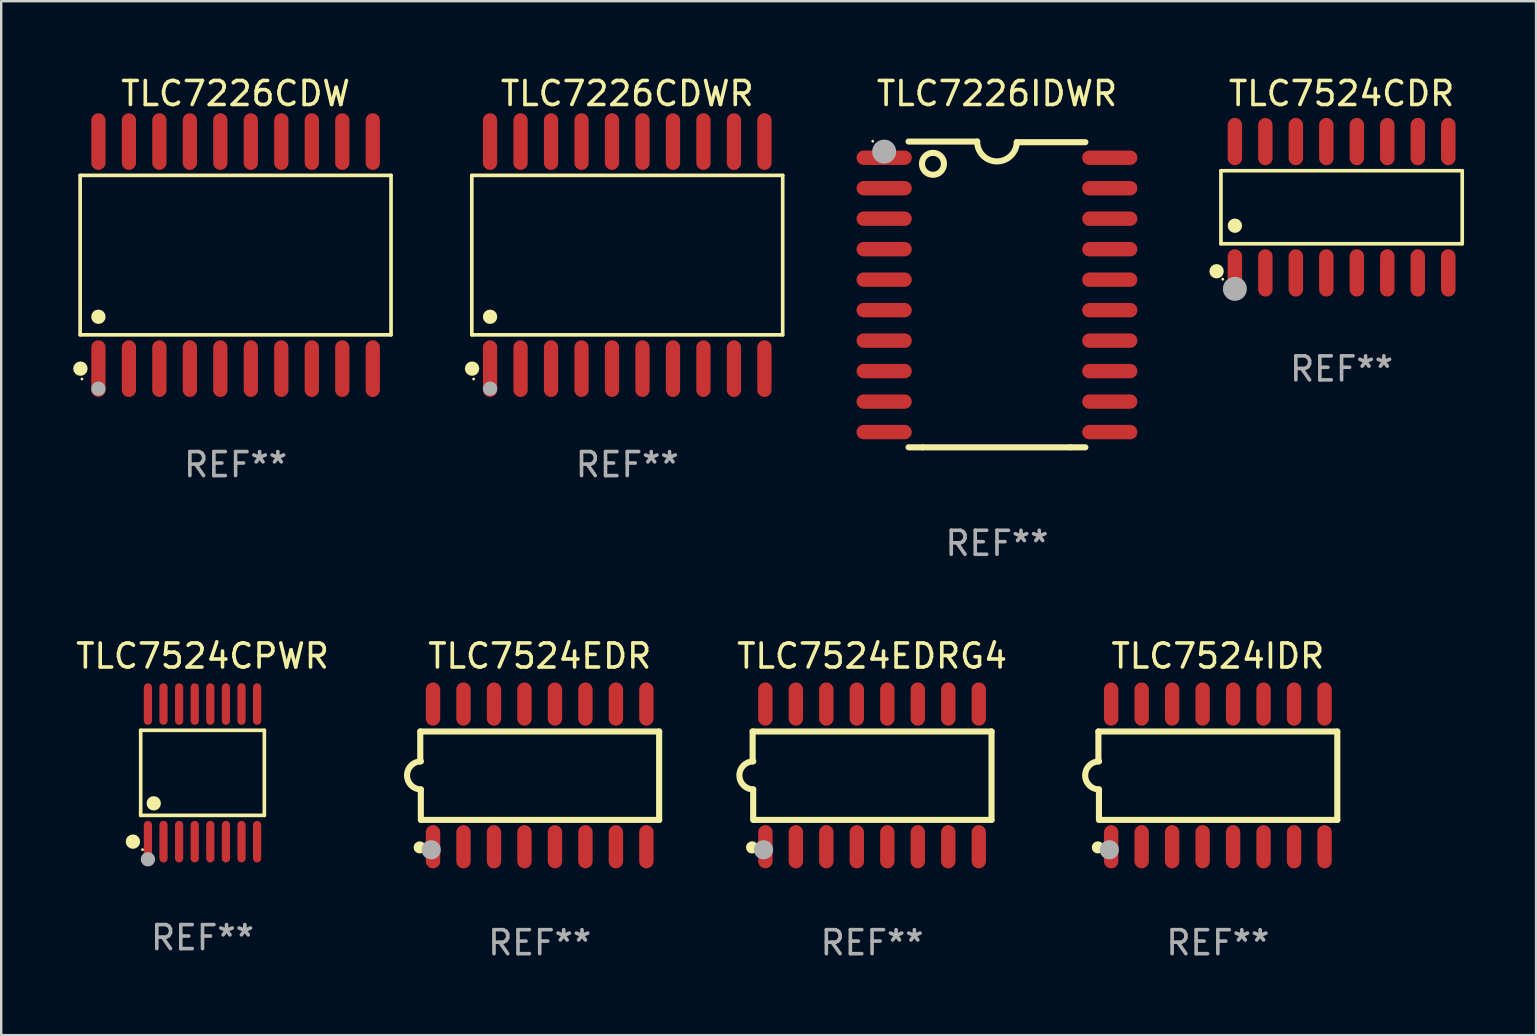
<source format=kicad_pcb>
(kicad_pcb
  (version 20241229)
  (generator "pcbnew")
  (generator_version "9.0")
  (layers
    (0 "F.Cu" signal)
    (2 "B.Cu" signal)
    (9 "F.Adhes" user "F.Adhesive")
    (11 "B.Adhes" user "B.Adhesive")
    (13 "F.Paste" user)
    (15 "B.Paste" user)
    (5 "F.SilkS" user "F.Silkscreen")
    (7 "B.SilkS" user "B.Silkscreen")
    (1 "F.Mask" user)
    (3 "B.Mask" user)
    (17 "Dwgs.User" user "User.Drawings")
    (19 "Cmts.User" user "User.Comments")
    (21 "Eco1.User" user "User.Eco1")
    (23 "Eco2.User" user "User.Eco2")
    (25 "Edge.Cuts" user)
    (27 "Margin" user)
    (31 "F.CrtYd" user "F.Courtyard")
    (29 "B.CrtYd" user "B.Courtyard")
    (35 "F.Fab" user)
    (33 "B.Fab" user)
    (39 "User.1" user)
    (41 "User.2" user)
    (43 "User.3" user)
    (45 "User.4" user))
  (footprint "TLC7226IDWR"
    (layer "F.Cu")
    (at 38.485 9.217)
    (property "Reference" "TLC7226IDWR" (at 0 -8.369 0) (layer "F.SilkS") (effects (font (size 1 1) (thickness 0.15))))
    (attr through_hole)
    (fp_line (start -3.096 6.369) (end -3.683 6.369) (stroke (width 0.254) (type solid)) (layer "F.SilkS"))
    (fp_line (start -0.825 -6.369) (end -3.683 -6.369) (stroke (width 0.254) (type solid)) (layer "F.SilkS"))
    (fp_line (start 0.826 -6.343) (end 3.683 -6.343) (stroke (width 0.254) (type solid)) (layer "F.SilkS"))
    (fp_line (start 3.048 6.369) (end -3.096 6.369) (stroke (width 0.254) (type solid)) (layer "F.SilkS"))
    (fp_line (start 3.048 6.369) (end 3.683 6.369) (stroke (width 0.254) (type solid)) (layer "F.SilkS"))
    (fp_arc (start 0.825527 -6.343129) (mid -0.012478 -5.543126) (end -0.825476 -6.36853) (stroke (width 0.254001) (type solid)) (layer "F.SilkS"))
    (fp_circle (center -5.175 -6.382) (end -5.145 -6.382) (stroke (width 0.06) (type solid)) (fill no) (layer "F.SilkS"))
    (fp_circle (center -2.667 -5.442) (end -2.209 -5.442) (stroke (width 0.254) (type solid)) (fill no) (layer "F.SilkS"))
    (fp_circle (center -4.699 -5.95) (end -4.449 -5.95) (stroke (width 0.5) (type solid)) (fill no) (layer "F.Fab"))
    (fp_text user "REF**" (at 0 10.369 0) (layer "F.Fab") (effects (font (size 1 1) (thickness 0.15))))
    (pad "1" smd oval (at -4.7 -5.696 90) (size 0.6 2.3) (layers "F.Cu" "F.Mask" "F.Paste"))
    (pad "2" smd oval (at -4.7 -4.426 90) (size 0.6 2.3) (layers "F.Cu" "F.Mask" "F.Paste"))
    (pad "3" smd oval (at -4.7 -3.156 90) (size 0.6 2.3) (layers "F.Cu" "F.Mask" "F.Paste"))
    (pad "4" smd oval (at -4.7 -1.886 90) (size 0.6 2.3) (layers "F.Cu" "F.Mask" "F.Paste"))
    (pad "5" smd oval (at -4.7 -0.616 90) (size 0.6 2.3) (layers "F.Cu" "F.Mask" "F.Paste"))
    (pad "6" smd oval (at -4.7 0.654 90) (size 0.6 2.3) (layers "F.Cu" "F.Mask" "F.Paste"))
    (pad "7" smd oval (at -4.7 1.924 90) (size 0.6 2.3) (layers "F.Cu" "F.Mask" "F.Paste"))
    (pad "8" smd oval (at -4.7 3.194 90) (size 0.6 2.3) (layers "F.Cu" "F.Mask" "F.Paste"))
    (pad "9" smd oval (at -4.7 4.464 90) (size 0.6 2.3) (layers "F.Cu" "F.Mask" "F.Paste"))
    (pad "10" smd oval (at -4.7 5.734 90) (size 0.6 2.3) (layers "F.Cu" "F.Mask" "F.Paste"))
    (pad "11" smd oval (at 4.7 5.734 90) (size 0.6 2.3) (layers "F.Cu" "F.Mask" "F.Paste"))
    (pad "12" smd oval (at 4.7 4.464 90) (size 0.6 2.3) (layers "F.Cu" "F.Mask" "F.Paste"))
    (pad "13" smd oval (at 4.7 3.194 90) (size 0.6 2.3) (layers "F.Cu" "F.Mask" "F.Paste"))
    (pad "14" smd oval (at 4.7 1.924 90) (size 0.6 2.3) (layers "F.Cu" "F.Mask" "F.Paste"))
    (pad "15" smd oval (at 4.7 0.654 90) (size 0.6 2.3) (layers "F.Cu" "F.Mask" "F.Paste"))
    (pad "16" smd oval (at 4.7 -0.616 90) (size 0.6 2.3) (layers "F.Cu" "F.Mask" "F.Paste"))
    (pad "17" smd oval (at 4.7 -1.886 90) (size 0.6 2.3) (layers "F.Cu" "F.Mask" "F.Paste"))
    (pad "18" smd oval (at 4.7 -3.156 90) (size 0.6 2.3) (layers "F.Cu" "F.Mask" "F.Paste"))
    (pad "19" smd oval (at 4.7 -4.426 90) (size 0.6 2.3) (layers "F.Cu" "F.Mask" "F.Paste"))
    (pad "20" smd oval (at 4.7 -5.696 90) (size 0.6 2.3) (layers "F.Cu" "F.Mask" "F.Paste")))
  (footprint "TLC7524EDRG4"
    (layer "F.Cu")
    (at 33.282 29.254)
    (property "Reference" "TLC7524EDRG4" (at 0 -4.972 0) (layer "F.SilkS") (effects (font (size 1 1) (thickness 0.15))))
    (attr through_hole)
    (fp_line (start -4.976 -1.829) (end -4.976 -0.584) (stroke (width 0.254) (type solid)) (layer "F.SilkS"))
    (fp_line (start -4.953 0.584) (end -4.953 1.854) (stroke (width 0.254) (type solid)) (layer "F.SilkS"))
    (fp_line (start -4.928 1.854) (end 4.976 1.854) (stroke (width 0.254) (type solid)) (layer "F.SilkS"))
    (fp_line (start 4.976 -1.829) (end -4.976 -1.829) (stroke (width 0.254) (type solid)) (layer "F.SilkS"))
    (fp_line (start 4.976 1.854) (end 4.976 -1.829) (stroke (width 0.254) (type solid)) (layer "F.SilkS"))
    (fp_arc (start -4.95301 0.584201) (mid -5.533866 -0.00152) (end -4.950088 -0.584329) (stroke (width 0.254001) (type solid)) (layer "F.SilkS"))
    (fp_circle (center -5 3) (end -4.873 3) (stroke (width 0.254) (type solid)) (fill no) (layer "F.SilkS"))
    (fp_circle (center -4.521 3.099) (end -4.321 3.099) (stroke (width 0.4) (type solid)) (fill no) (layer "F.Fab"))
    (fp_text user "REF**" (at 0 6.972 0) (layer "F.Fab") (effects (font (size 1 1) (thickness 0.15))))
    (pad "1" smd oval (at -4.445 2.972 180) (size 0.6 1.8) (layers "F.Cu" "F.Mask" "F.Paste"))
    (pad "2" smd oval (at -3.175 2.972 180) (size 0.6 1.8) (layers "F.Cu" "F.Mask" "F.Paste"))
    (pad "3" smd oval (at -1.905 2.972 180) (size 0.6 1.8) (layers "F.Cu" "F.Mask" "F.Paste"))
    (pad "4" smd oval (at -0.635 2.972 180) (size 0.6 1.8) (layers "F.Cu" "F.Mask" "F.Paste"))
    (pad "5" smd oval (at 0.635 2.972 180) (size 0.6 1.8) (layers "F.Cu" "F.Mask" "F.Paste"))
    (pad "6" smd oval (at 1.905 2.972 180) (size 0.6 1.8) (layers "F.Cu" "F.Mask" "F.Paste"))
    (pad "7" smd oval (at 3.175 2.972 180) (size 0.6 1.8) (layers "F.Cu" "F.Mask" "F.Paste"))
    (pad "8" smd oval (at 4.445 2.972 180) (size 0.6 1.8) (layers "F.Cu" "F.Mask" "F.Paste"))
    (pad "9" smd oval (at 4.445 -2.972 180) (size 0.6 1.8) (layers "F.Cu" "F.Mask" "F.Paste"))
    (pad "10" smd oval (at 3.175 -2.972 180) (size 0.6 1.8) (layers "F.Cu" "F.Mask" "F.Paste"))
    (pad "11" smd oval (at 1.905 -2.972 180) (size 0.6 1.8) (layers "F.Cu" "F.Mask" "F.Paste"))
    (pad "12" smd oval (at 0.635 -2.972 180) (size 0.6 1.8) (layers "F.Cu" "F.Mask" "F.Paste"))
    (pad "13" smd oval (at -0.635 -2.972 180) (size 0.6 1.8) (layers "F.Cu" "F.Mask" "F.Paste"))
    (pad "14" smd oval (at -1.905 -2.972 180) (size 0.6 1.8) (layers "F.Cu" "F.Mask" "F.Paste"))
    (pad "15" smd oval (at -3.175 -2.972 180) (size 0.6 1.8) (layers "F.Cu" "F.Mask" "F.Paste"))
    (pad "16" smd oval (at -4.445 -2.972 180) (size 0.6 1.8) (layers "F.Cu" "F.Mask" "F.Paste")))
  (footprint "TLC7524IDR"
    (layer "F.Cu")
    (at 47.687 29.254)
    (property "Reference" "TLC7524IDR" (at 0 -4.972 0) (layer "F.SilkS") (effects (font (size 1 1) (thickness 0.15))))
    (attr through_hole)
    (fp_line (start -4.976 -1.829) (end -4.976 -0.584) (stroke (width 0.254) (type solid)) (layer "F.SilkS"))
    (fp_line (start -4.953 0.584) (end -4.953 1.854) (stroke (width 0.254) (type solid)) (layer "F.SilkS"))
    (fp_line (start -4.928 1.854) (end 4.976 1.854) (stroke (width 0.254) (type solid)) (layer "F.SilkS"))
    (fp_line (start 4.976 -1.829) (end -4.976 -1.829) (stroke (width 0.254) (type solid)) (layer "F.SilkS"))
    (fp_line (start 4.976 1.854) (end 4.976 -1.829) (stroke (width 0.254) (type solid)) (layer "F.SilkS"))
    (fp_arc (start -4.95301 0.584201) (mid -5.533866 -0.00152) (end -4.950088 -0.584329) (stroke (width 0.254001) (type solid)) (layer "F.SilkS"))
    (fp_circle (center -5 3) (end -4.873 3) (stroke (width 0.254) (type solid)) (fill no) (layer "F.SilkS"))
    (fp_circle (center -4.521 3.099) (end -4.321 3.099) (stroke (width 0.4) (type solid)) (fill no) (layer "F.Fab"))
    (fp_text user "REF**" (at 0 6.972 0) (layer "F.Fab") (effects (font (size 1 1) (thickness 0.15))))
    (pad "1" smd oval (at -4.445 2.972 180) (size 0.6 1.8) (layers "F.Cu" "F.Mask" "F.Paste"))
    (pad "2" smd oval (at -3.175 2.972 180) (size 0.6 1.8) (layers "F.Cu" "F.Mask" "F.Paste"))
    (pad "3" smd oval (at -1.905 2.972 180) (size 0.6 1.8) (layers "F.Cu" "F.Mask" "F.Paste"))
    (pad "4" smd oval (at -0.635 2.972 180) (size 0.6 1.8) (layers "F.Cu" "F.Mask" "F.Paste"))
    (pad "5" smd oval (at 0.635 2.972 180) (size 0.6 1.8) (layers "F.Cu" "F.Mask" "F.Paste"))
    (pad "6" smd oval (at 1.905 2.972 180) (size 0.6 1.8) (layers "F.Cu" "F.Mask" "F.Paste"))
    (pad "7" smd oval (at 3.175 2.972 180) (size 0.6 1.8) (layers "F.Cu" "F.Mask" "F.Paste"))
    (pad "8" smd oval (at 4.445 2.972 180) (size 0.6 1.8) (layers "F.Cu" "F.Mask" "F.Paste"))
    (pad "9" smd oval (at 4.445 -2.972 180) (size 0.6 1.8) (layers "F.Cu" "F.Mask" "F.Paste"))
    (pad "10" smd oval (at 3.175 -2.972 180) (size 0.6 1.8) (layers "F.Cu" "F.Mask" "F.Paste"))
    (pad "11" smd oval (at 1.905 -2.972 180) (size 0.6 1.8) (layers "F.Cu" "F.Mask" "F.Paste"))
    (pad "12" smd oval (at 0.635 -2.972 180) (size 0.6 1.8) (layers "F.Cu" "F.Mask" "F.Paste"))
    (pad "13" smd oval (at -0.635 -2.972 180) (size 0.6 1.8) (layers "F.Cu" "F.Mask" "F.Paste"))
    (pad "14" smd oval (at -1.905 -2.972 180) (size 0.6 1.8) (layers "F.Cu" "F.Mask" "F.Paste"))
    (pad "15" smd oval (at -3.175 -2.972 180) (size 0.6 1.8) (layers "F.Cu" "F.Mask" "F.Paste"))
    (pad "16" smd oval (at -4.445 -2.972 180) (size 0.6 1.8) (layers "F.Cu" "F.Mask" "F.Paste")))
  (footprint "TLC7226CDWR"
    (layer "F.Cu")
    (at 23.082 7.578)
    (property "Reference" "TLC7226CDWR" (at 0 -6.73 0) (layer "F.SilkS") (effects (font (size 1 1) (thickness 0.15))))
    (attr through_hole)
    (fp_line (start -6.476 -3.321) (end 6.476 -3.321) (stroke (width 0.152) (type solid)) (layer "F.SilkS"))
    (fp_line (start -6.476 3.321) (end -6.476 -3.321) (stroke (width 0.152) (type solid)) (layer "F.SilkS"))
    (fp_line (start 6.476 -3.321) (end 6.476 3.321) (stroke (width 0.152) (type solid)) (layer "F.SilkS"))
    (fp_line (start 6.476 3.321) (end -6.476 3.321) (stroke (width 0.152) (type solid)) (layer "F.SilkS"))
    (fp_circle (center -6.465 4.73) (end -6.315 4.73) (stroke (width 0.3) (type solid)) (fill no) (layer "F.SilkS"))
    (fp_circle (center -6.4 5.163) (end -6.37 5.163) (stroke (width 0.06) (type solid)) (fill no) (layer "F.SilkS"))
    (fp_circle (center -5.715 2.569) (end -5.565 2.569) (stroke (width 0.3) (type solid)) (fill no) (layer "F.SilkS"))
    (fp_circle (center -5.715 5.563) (end -5.565 5.563) (stroke (width 0.3) (type solid)) (fill no) (layer "F.Fab"))
    (fp_text user "REF**" (at 0 8.73 0) (layer "F.Fab") (effects (font (size 1 1) (thickness 0.15))))
    (pad "1" smd oval (at -5.715 4.73) (size 0.595 2.36) (layers "F.Cu" "F.Mask" "F.Paste"))
    (pad "2" smd oval (at -4.445 4.73) (size 0.595 2.36) (layers "F.Cu" "F.Mask" "F.Paste"))
    (pad "3" smd oval (at -3.175 4.73) (size 0.595 2.36) (layers "F.Cu" "F.Mask" "F.Paste"))
    (pad "4" smd oval (at -1.905 4.73) (size 0.595 2.36) (layers "F.Cu" "F.Mask" "F.Paste"))
    (pad "5" smd oval (at -0.635 4.73) (size 0.595 2.36) (layers "F.Cu" "F.Mask" "F.Paste"))
    (pad "6" smd oval (at 0.635 4.73) (size 0.595 2.36) (layers "F.Cu" "F.Mask" "F.Paste"))
    (pad "7" smd oval (at 1.905 4.73) (size 0.595 2.36) (layers "F.Cu" "F.Mask" "F.Paste"))
    (pad "8" smd oval (at 3.175 4.73) (size 0.595 2.36) (layers "F.Cu" "F.Mask" "F.Paste"))
    (pad "9" smd oval (at 4.445 4.73) (size 0.595 2.36) (layers "F.Cu" "F.Mask" "F.Paste"))
    (pad "10" smd oval (at 5.715 4.73) (size 0.595 2.36) (layers "F.Cu" "F.Mask" "F.Paste"))
    (pad "11" smd oval (at 5.715 -4.73) (size 0.595 2.36) (layers "F.Cu" "F.Mask" "F.Paste"))
    (pad "12" smd oval (at 4.445 -4.73) (size 0.595 2.36) (layers "F.Cu" "F.Mask" "F.Paste"))
    (pad "13" smd oval (at 3.175 -4.73) (size 0.595 2.36) (layers "F.Cu" "F.Mask" "F.Paste"))
    (pad "14" smd oval (at 1.905 -4.73) (size 0.595 2.36) (layers "F.Cu" "F.Mask" "F.Paste"))
    (pad "15" smd oval (at 0.635 -4.73) (size 0.595 2.36) (layers "F.Cu" "F.Mask" "F.Paste"))
    (pad "16" smd oval (at -0.635 -4.73) (size 0.595 2.36) (layers "F.Cu" "F.Mask" "F.Paste"))
    (pad "17" smd oval (at -1.905 -4.73) (size 0.595 2.36) (layers "F.Cu" "F.Mask" "F.Paste"))
    (pad "18" smd oval (at -3.175 -4.73) (size 0.595 2.36) (layers "F.Cu" "F.Mask" "F.Paste"))
    (pad "19" smd oval (at -4.445 -4.73) (size 0.595 2.36) (layers "F.Cu" "F.Mask" "F.Paste"))
    (pad "20" smd oval (at -5.715 -4.73) (size 0.595 2.36) (layers "F.Cu" "F.Mask" "F.Paste")))
  (footprint "TLC7226CDW"
    (layer "F.Cu")
    (at 6.765 7.578)
    (property "Reference" "TLC7226CDW" (at 0 -6.73 0) (layer "F.SilkS") (effects (font (size 1 1) (thickness 0.15))))
    (attr through_hole)
    (fp_line (start -6.476 -3.321) (end 6.476 -3.321) (stroke (width 0.152) (type solid)) (layer "F.SilkS"))
    (fp_line (start -6.476 3.321) (end -6.476 -3.321) (stroke (width 0.152) (type solid)) (layer "F.SilkS"))
    (fp_line (start 6.476 -3.321) (end 6.476 3.321) (stroke (width 0.152) (type solid)) (layer "F.SilkS"))
    (fp_line (start 6.476 3.321) (end -6.476 3.321) (stroke (width 0.152) (type solid)) (layer "F.SilkS"))
    (fp_circle (center -6.465 4.73) (end -6.315 4.73) (stroke (width 0.3) (type solid)) (fill no) (layer "F.SilkS"))
    (fp_circle (center -6.4 5.163) (end -6.37 5.163) (stroke (width 0.06) (type solid)) (fill no) (layer "F.SilkS"))
    (fp_circle (center -5.715 2.569) (end -5.565 2.569) (stroke (width 0.3) (type solid)) (fill no) (layer "F.SilkS"))
    (fp_circle (center -5.715 5.563) (end -5.565 5.563) (stroke (width 0.3) (type solid)) (fill no) (layer "F.Fab"))
    (fp_text user "REF**" (at 0 8.73 0) (layer "F.Fab") (effects (font (size 1 1) (thickness 0.15))))
    (pad "1" smd oval (at -5.715 4.73) (size 0.595 2.36) (layers "F.Cu" "F.Mask" "F.Paste"))
    (pad "2" smd oval (at -4.445 4.73) (size 0.595 2.36) (layers "F.Cu" "F.Mask" "F.Paste"))
    (pad "3" smd oval (at -3.175 4.73) (size 0.595 2.36) (layers "F.Cu" "F.Mask" "F.Paste"))
    (pad "4" smd oval (at -1.905 4.73) (size 0.595 2.36) (layers "F.Cu" "F.Mask" "F.Paste"))
    (pad "5" smd oval (at -0.635 4.73) (size 0.595 2.36) (layers "F.Cu" "F.Mask" "F.Paste"))
    (pad "6" smd oval (at 0.635 4.73) (size 0.595 2.36) (layers "F.Cu" "F.Mask" "F.Paste"))
    (pad "7" smd oval (at 1.905 4.73) (size 0.595 2.36) (layers "F.Cu" "F.Mask" "F.Paste"))
    (pad "8" smd oval (at 3.175 4.73) (size 0.595 2.36) (layers "F.Cu" "F.Mask" "F.Paste"))
    (pad "9" smd oval (at 4.445 4.73) (size 0.595 2.36) (layers "F.Cu" "F.Mask" "F.Paste"))
    (pad "10" smd oval (at 5.715 4.73) (size 0.595 2.36) (layers "F.Cu" "F.Mask" "F.Paste"))
    (pad "11" smd oval (at 5.715 -4.73) (size 0.595 2.36) (layers "F.Cu" "F.Mask" "F.Paste"))
    (pad "12" smd oval (at 4.445 -4.73) (size 0.595 2.36) (layers "F.Cu" "F.Mask" "F.Paste"))
    (pad "13" smd oval (at 3.175 -4.73) (size 0.595 2.36) (layers "F.Cu" "F.Mask" "F.Paste"))
    (pad "14" smd oval (at 1.905 -4.73) (size 0.595 2.36) (layers "F.Cu" "F.Mask" "F.Paste"))
    (pad "15" smd oval (at 0.635 -4.73) (size 0.595 2.36) (layers "F.Cu" "F.Mask" "F.Paste"))
    (pad "16" smd oval (at -0.635 -4.73) (size 0.595 2.36) (layers "F.Cu" "F.Mask" "F.Paste"))
    (pad "17" smd oval (at -1.905 -4.73) (size 0.595 2.36) (layers "F.Cu" "F.Mask" "F.Paste"))
    (pad "18" smd oval (at -3.175 -4.73) (size 0.595 2.36) (layers "F.Cu" "F.Mask" "F.Paste"))
    (pad "19" smd oval (at -4.445 -4.73) (size 0.595 2.36) (layers "F.Cu" "F.Mask" "F.Paste"))
    (pad "20" smd oval (at -5.715 -4.73) (size 0.595 2.36) (layers "F.Cu" "F.Mask" "F.Paste")))
  (footprint "TLC7524EDR"
    (layer "F.Cu")
    (at 19.435 29.254)
    (property "Reference" "TLC7524EDR" (at 0 -4.972 0) (layer "F.SilkS") (effects (font (size 1 1) (thickness 0.15))))
    (attr through_hole)
    (fp_line (start -4.976 -1.829) (end -4.976 -0.584) (stroke (width 0.254) (type solid)) (layer "F.SilkS"))
    (fp_line (start -4.953 0.584) (end -4.953 1.854) (stroke (width 0.254) (type solid)) (layer "F.SilkS"))
    (fp_line (start -4.928 1.854) (end 4.976 1.854) (stroke (width 0.254) (type solid)) (layer "F.SilkS"))
    (fp_line (start 4.976 -1.829) (end -4.976 -1.829) (stroke (width 0.254) (type solid)) (layer "F.SilkS"))
    (fp_line (start 4.976 1.854) (end 4.976 -1.829) (stroke (width 0.254) (type solid)) (layer "F.SilkS"))
    (fp_arc (start -4.95301 0.584201) (mid -5.533866 -0.00152) (end -4.950088 -0.584329) (stroke (width 0.254001) (type solid)) (layer "F.SilkS"))
    (fp_circle (center -5 3) (end -4.873 3) (stroke (width 0.254) (type solid)) (fill no) (layer "F.SilkS"))
    (fp_circle (center -4.521 3.099) (end -4.321 3.099) (stroke (width 0.4) (type solid)) (fill no) (layer "F.Fab"))
    (fp_text user "REF**" (at 0 6.972 0) (layer "F.Fab") (effects (font (size 1 1) (thickness 0.15))))
    (pad "1" smd oval (at -4.445 2.972 180) (size 0.6 1.8) (layers "F.Cu" "F.Mask" "F.Paste"))
    (pad "2" smd oval (at -3.175 2.972 180) (size 0.6 1.8) (layers "F.Cu" "F.Mask" "F.Paste"))
    (pad "3" smd oval (at -1.905 2.972 180) (size 0.6 1.8) (layers "F.Cu" "F.Mask" "F.Paste"))
    (pad "4" smd oval (at -0.635 2.972 180) (size 0.6 1.8) (layers "F.Cu" "F.Mask" "F.Paste"))
    (pad "5" smd oval (at 0.635 2.972 180) (size 0.6 1.8) (layers "F.Cu" "F.Mask" "F.Paste"))
    (pad "6" smd oval (at 1.905 2.972 180) (size 0.6 1.8) (layers "F.Cu" "F.Mask" "F.Paste"))
    (pad "7" smd oval (at 3.175 2.972 180) (size 0.6 1.8) (layers "F.Cu" "F.Mask" "F.Paste"))
    (pad "8" smd oval (at 4.445 2.972 180) (size 0.6 1.8) (layers "F.Cu" "F.Mask" "F.Paste"))
    (pad "9" smd oval (at 4.445 -2.972 180) (size 0.6 1.8) (layers "F.Cu" "F.Mask" "F.Paste"))
    (pad "10" smd oval (at 3.175 -2.972 180) (size 0.6 1.8) (layers "F.Cu" "F.Mask" "F.Paste"))
    (pad "11" smd oval (at 1.905 -2.972 180) (size 0.6 1.8) (layers "F.Cu" "F.Mask" "F.Paste"))
    (pad "12" smd oval (at 0.635 -2.972 180) (size 0.6 1.8) (layers "F.Cu" "F.Mask" "F.Paste"))
    (pad "13" smd oval (at -0.635 -2.972 180) (size 0.6 1.8) (layers "F.Cu" "F.Mask" "F.Paste"))
    (pad "14" smd oval (at -1.905 -2.972 180) (size 0.6 1.8) (layers "F.Cu" "F.Mask" "F.Paste"))
    (pad "15" smd oval (at -3.175 -2.972 180) (size 0.6 1.8) (layers "F.Cu" "F.Mask" "F.Paste"))
    (pad "16" smd oval (at -4.445 -2.972 180) (size 0.6 1.8) (layers "F.Cu" "F.Mask" "F.Paste")))
  (footprint "TLC7524CPWR"
    (layer "F.Cu")
    (at 5.387 29.148)
    (property "Reference" "TLC7524CPWR" (at 0 -4.866 0) (layer "F.SilkS") (effects (font (size 1 1) (thickness 0.15))))
    (attr through_hole)
    (fp_line (start -2.576 -1.772) (end 2.576 -1.772) (stroke (width 0.152) (type solid)) (layer "F.SilkS"))
    (fp_line (start -2.576 1.771) (end -2.576 -1.772) (stroke (width 0.152) (type solid)) (layer "F.SilkS"))
    (fp_line (start 2.576 -1.772) (end 2.576 1.771) (stroke (width 0.152) (type solid)) (layer "F.SilkS"))
    (fp_line (start 2.576 1.771) (end -2.576 1.771) (stroke (width 0.152) (type solid)) (layer "F.SilkS"))
    (fp_circle (center -2.899 2.866) (end -2.749 2.866) (stroke (width 0.3) (type solid)) (fill no) (layer "F.SilkS"))
    (fp_circle (center -2.5 3.2) (end -2.47 3.2) (stroke (width 0.06) (type solid)) (fill no) (layer "F.SilkS"))
    (fp_circle (center -2.032 1.27) (end -1.882 1.27) (stroke (width 0.3) (type solid)) (fill no) (layer "F.SilkS"))
    (fp_circle (center -2.275 3.6) (end -2.125 3.6) (stroke (width 0.3) (type solid)) (fill no) (layer "F.Fab"))
    (fp_text user "REF**" (at 0 6.866 0) (layer "F.Fab") (effects (font (size 1 1) (thickness 0.15))))
    (pad "1" smd oval (at -2.275 2.866) (size 0.343 1.731) (layers "F.Cu" "F.Mask" "F.Paste"))
    (pad "2" smd oval (at -1.625 2.866) (size 0.343 1.731) (layers "F.Cu" "F.Mask" "F.Paste"))
    (pad "3" smd oval (at -0.975 2.866) (size 0.343 1.731) (layers "F.Cu" "F.Mask" "F.Paste"))
    (pad "4" smd oval (at -0.325 2.866) (size 0.343 1.731) (layers "F.Cu" "F.Mask" "F.Paste"))
    (pad "5" smd oval (at 0.325 2.866) (size 0.343 1.731) (layers "F.Cu" "F.Mask" "F.Paste"))
    (pad "6" smd oval (at 0.975 2.866) (size 0.343 1.731) (layers "F.Cu" "F.Mask" "F.Paste"))
    (pad "7" smd oval (at 1.625 2.866) (size 0.343 1.731) (layers "F.Cu" "F.Mask" "F.Paste"))
    (pad "8" smd oval (at 2.275 2.866) (size 0.343 1.731) (layers "F.Cu" "F.Mask" "F.Paste"))
    (pad "9" smd oval (at 2.275 -2.866) (size 0.343 1.731) (layers "F.Cu" "F.Mask" "F.Paste"))
    (pad "10" smd oval (at 1.625 -2.866) (size 0.343 1.731) (layers "F.Cu" "F.Mask" "F.Paste"))
    (pad "11" smd oval (at 0.975 -2.866) (size 0.343 1.731) (layers "F.Cu" "F.Mask" "F.Paste"))
    (pad "12" smd oval (at 0.325 -2.866) (size 0.343 1.731) (layers "F.Cu" "F.Mask" "F.Paste"))
    (pad "13" smd oval (at -0.325 -2.866) (size 0.343 1.731) (layers "F.Cu" "F.Mask" "F.Paste"))
    (pad "14" smd oval (at -0.975 -2.866) (size 0.343 1.731) (layers "F.Cu" "F.Mask" "F.Paste"))
    (pad "15" smd oval (at -1.625 -2.866) (size 0.343 1.731) (layers "F.Cu" "F.Mask" "F.Paste"))
    (pad "16" smd oval (at -2.275 -2.866) (size 0.343 1.731) (layers "F.Cu" "F.Mask" "F.Paste")))
  (footprint "TLC7524CDR"
    (layer "F.Cu")
    (at 52.842 5.584)
    (property "Reference" "TLC7524CDR" (at 0 -4.736 0) (layer "F.SilkS") (effects (font (size 1 1) (thickness 0.15))))
    (attr through_hole)
    (fp_line (start -5.026 -1.521) (end 5.026 -1.521) (stroke (width 0.152) (type solid)) (layer "F.SilkS"))
    (fp_line (start -5.026 1.521) (end -5.026 -1.521) (stroke (width 0.152) (type solid)) (layer "F.SilkS"))
    (fp_line (start 5.026 -1.521) (end 5.026 1.521) (stroke (width 0.152) (type solid)) (layer "F.SilkS"))
    (fp_line (start 5.026 1.521) (end -5.026 1.521) (stroke (width 0.152) (type solid)) (layer "F.SilkS"))
    (fp_circle (center -5.207 2.667) (end -5.057 2.667) (stroke (width 0.3) (type solid)) (fill no) (layer "F.SilkS"))
    (fp_circle (center -4.95 3) (end -4.92 3) (stroke (width 0.06) (type solid)) (fill no) (layer "F.SilkS"))
    (fp_circle (center -4.445 0.769) (end -4.295 0.769) (stroke (width 0.3) (type solid)) (fill no) (layer "F.SilkS"))
    (fp_circle (center -4.445 3.4) (end -4.195 3.4) (stroke (width 0.5) (type solid)) (fill no) (layer "F.Fab"))
    (fp_text user "REF**" (at 0 6.736 0) (layer "F.Fab") (effects (font (size 1 1) (thickness 0.15))))
    (pad "1" smd oval (at -4.445 2.736) (size 0.602 1.971) (layers "F.Cu" "F.Mask" "F.Paste"))
    (pad "2" smd oval (at -3.175 2.736) (size 0.602 1.971) (layers "F.Cu" "F.Mask" "F.Paste"))
    (pad "3" smd oval (at -1.905 2.736) (size 0.602 1.971) (layers "F.Cu" "F.Mask" "F.Paste"))
    (pad "4" smd oval (at -0.635 2.736) (size 0.602 1.971) (layers "F.Cu" "F.Mask" "F.Paste"))
    (pad "5" smd oval (at 0.635 2.736) (size 0.602 1.971) (layers "F.Cu" "F.Mask" "F.Paste"))
    (pad "6" smd oval (at 1.905 2.736) (size 0.602 1.971) (layers "F.Cu" "F.Mask" "F.Paste"))
    (pad "7" smd oval (at 3.175 2.736) (size 0.602 1.971) (layers "F.Cu" "F.Mask" "F.Paste"))
    (pad "8" smd oval (at 4.445 2.736) (size 0.602 1.971) (layers "F.Cu" "F.Mask" "F.Paste"))
    (pad "9" smd oval (at 4.445 -2.736) (size 0.602 1.971) (layers "F.Cu" "F.Mask" "F.Paste"))
    (pad "10" smd oval (at 3.175 -2.736) (size 0.602 1.971) (layers "F.Cu" "F.Mask" "F.Paste"))
    (pad "11" smd oval (at 1.905 -2.736) (size 0.602 1.971) (layers "F.Cu" "F.Mask" "F.Paste"))
    (pad "12" smd oval (at 0.635 -2.736) (size 0.602 1.971) (layers "F.Cu" "F.Mask" "F.Paste"))
    (pad "13" smd oval (at -0.635 -2.736) (size 0.602 1.971) (layers "F.Cu" "F.Mask" "F.Paste"))
    (pad "14" smd oval (at -1.905 -2.736) (size 0.602 1.971) (layers "F.Cu" "F.Mask" "F.Paste"))
    (pad "15" smd oval (at -3.175 -2.736) (size 0.602 1.971) (layers "F.Cu" "F.Mask" "F.Paste"))
    (pad "16" smd oval (at -4.445 -2.736) (size 0.602 1.971) (layers "F.Cu" "F.Mask" "F.Paste")))
  (gr_rect
    (start -3 -3)
    (end 60.944 40.074)
    (stroke (width 0.1) (type default))
    (fill no)
    (layer "Edge.Cuts")))
</source>
